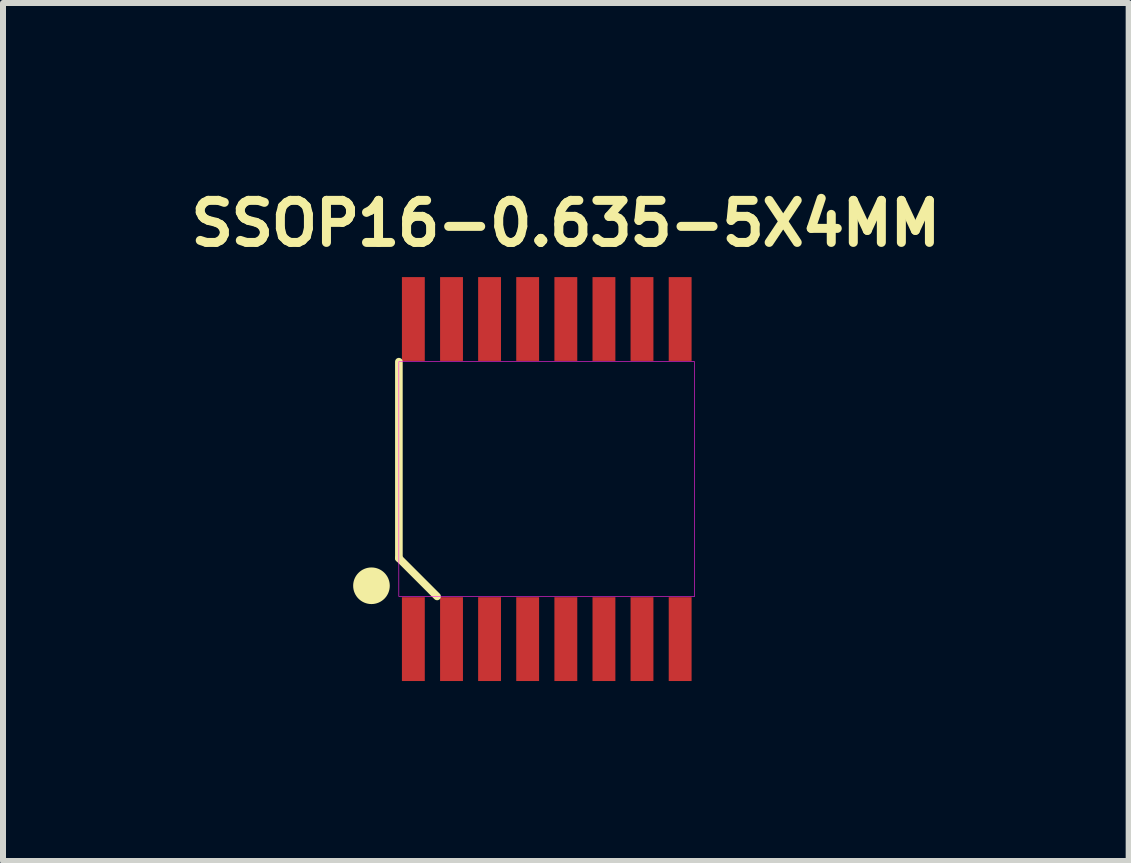
<source format=kicad_pcb>
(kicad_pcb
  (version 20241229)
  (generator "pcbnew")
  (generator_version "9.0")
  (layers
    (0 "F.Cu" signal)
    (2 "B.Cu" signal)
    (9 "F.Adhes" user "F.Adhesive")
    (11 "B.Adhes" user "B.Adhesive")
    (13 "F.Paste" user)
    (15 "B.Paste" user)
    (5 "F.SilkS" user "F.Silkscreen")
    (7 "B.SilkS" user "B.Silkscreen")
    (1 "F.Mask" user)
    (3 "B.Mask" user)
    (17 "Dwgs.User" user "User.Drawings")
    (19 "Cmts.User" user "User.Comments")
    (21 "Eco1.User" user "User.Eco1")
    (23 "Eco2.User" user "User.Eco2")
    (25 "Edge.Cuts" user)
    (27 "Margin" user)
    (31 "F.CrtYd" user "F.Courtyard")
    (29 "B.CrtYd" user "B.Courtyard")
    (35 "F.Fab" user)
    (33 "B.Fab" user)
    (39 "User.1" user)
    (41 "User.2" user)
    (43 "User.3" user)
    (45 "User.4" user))
  (footprint "SSOP16-0.635-5X4MM"
    (layer "F.Cu")
    (at 6.061 4.933)
    (property "Reference" "SSOP16-0.635-5X4MM" (at 0.318 -4.26 0) (layer "F.SilkS") (effects (font (size 0.701 0.701) (thickness 0.15))))
    (attr smd)
    (fp_line (start -2.464 1.319) (end -2.464 -1.956) (stroke (width 0.127) (type solid)) (layer "F.SilkS"))
    (fp_line (start -1.827 1.956) (end -2.464 1.319) (stroke (width 0.127) (type solid)) (layer "F.SilkS"))
    (fp_circle (center -2.921 1.778) (end -2.616 1.778) (stroke (width 0) (type solid)) (fill yes) (layer "F.SilkS"))
    (fp_poly (pts (xy -2.465 -1.956) (xy 2.464 -1.956) (xy 2.464 1.957) (xy -2.465 1.957)) (stroke (width 0.01) (type solid)) (fill no) (layer "F.CrtYd"))
    (pad "1" smd rect (at -2.223 2.667) (size 0.381 1.397) (layers "F.Cu" "F.Mask" "F.Paste"))
    (pad "2" smd rect (at -1.587 2.667) (size 0.381 1.397) (layers "F.Cu" "F.Mask" "F.Paste"))
    (pad "3" smd rect (at -0.953 2.667) (size 0.381 1.397) (layers "F.Cu" "F.Mask" "F.Paste"))
    (pad "4" smd rect (at -0.318 2.667) (size 0.381 1.397) (layers "F.Cu" "F.Mask" "F.Paste"))
    (pad "5" smd rect (at 0.318 2.667) (size 0.381 1.397) (layers "F.Cu" "F.Mask" "F.Paste"))
    (pad "6" smd rect (at 0.953 2.667) (size 0.381 1.397) (layers "F.Cu" "F.Mask" "F.Paste"))
    (pad "7" smd rect (at 1.587 2.667) (size 0.381 1.397) (layers "F.Cu" "F.Mask" "F.Paste"))
    (pad "8" smd rect (at 2.223 2.667) (size 0.381 1.397) (layers "F.Cu" "F.Mask" "F.Paste"))
    (pad "9" smd rect (at 2.223 -2.667) (size 0.381 1.397) (layers "F.Cu" "F.Mask" "F.Paste"))
    (pad "10" smd rect (at 1.587 -2.667) (size 0.381 1.397) (layers "F.Cu" "F.Mask" "F.Paste"))
    (pad "11" smd rect (at 0.953 -2.667) (size 0.381 1.397) (layers "F.Cu" "F.Mask" "F.Paste"))
    (pad "12" smd rect (at 0.318 -2.667) (size 0.381 1.397) (layers "F.Cu" "F.Mask" "F.Paste"))
    (pad "13" smd rect (at -0.318 -2.667) (size 0.381 1.397) (layers "F.Cu" "F.Mask" "F.Paste"))
    (pad "14" smd rect (at -0.953 -2.667) (size 0.381 1.397) (layers "F.Cu" "F.Mask" "F.Paste"))
    (pad "15" smd rect (at -1.587 -2.667) (size 0.381 1.397) (layers "F.Cu" "F.Mask" "F.Paste"))
    (pad "16" smd rect (at -2.223 -2.667) (size 0.381 1.397) (layers "F.Cu" "F.Mask" "F.Paste")))
  (gr_rect
    (start -3 -3)
    (end 15.758 11.298)
    (stroke (width 0.1) (type default))
    (fill no)
    (layer "Edge.Cuts")))
</source>
